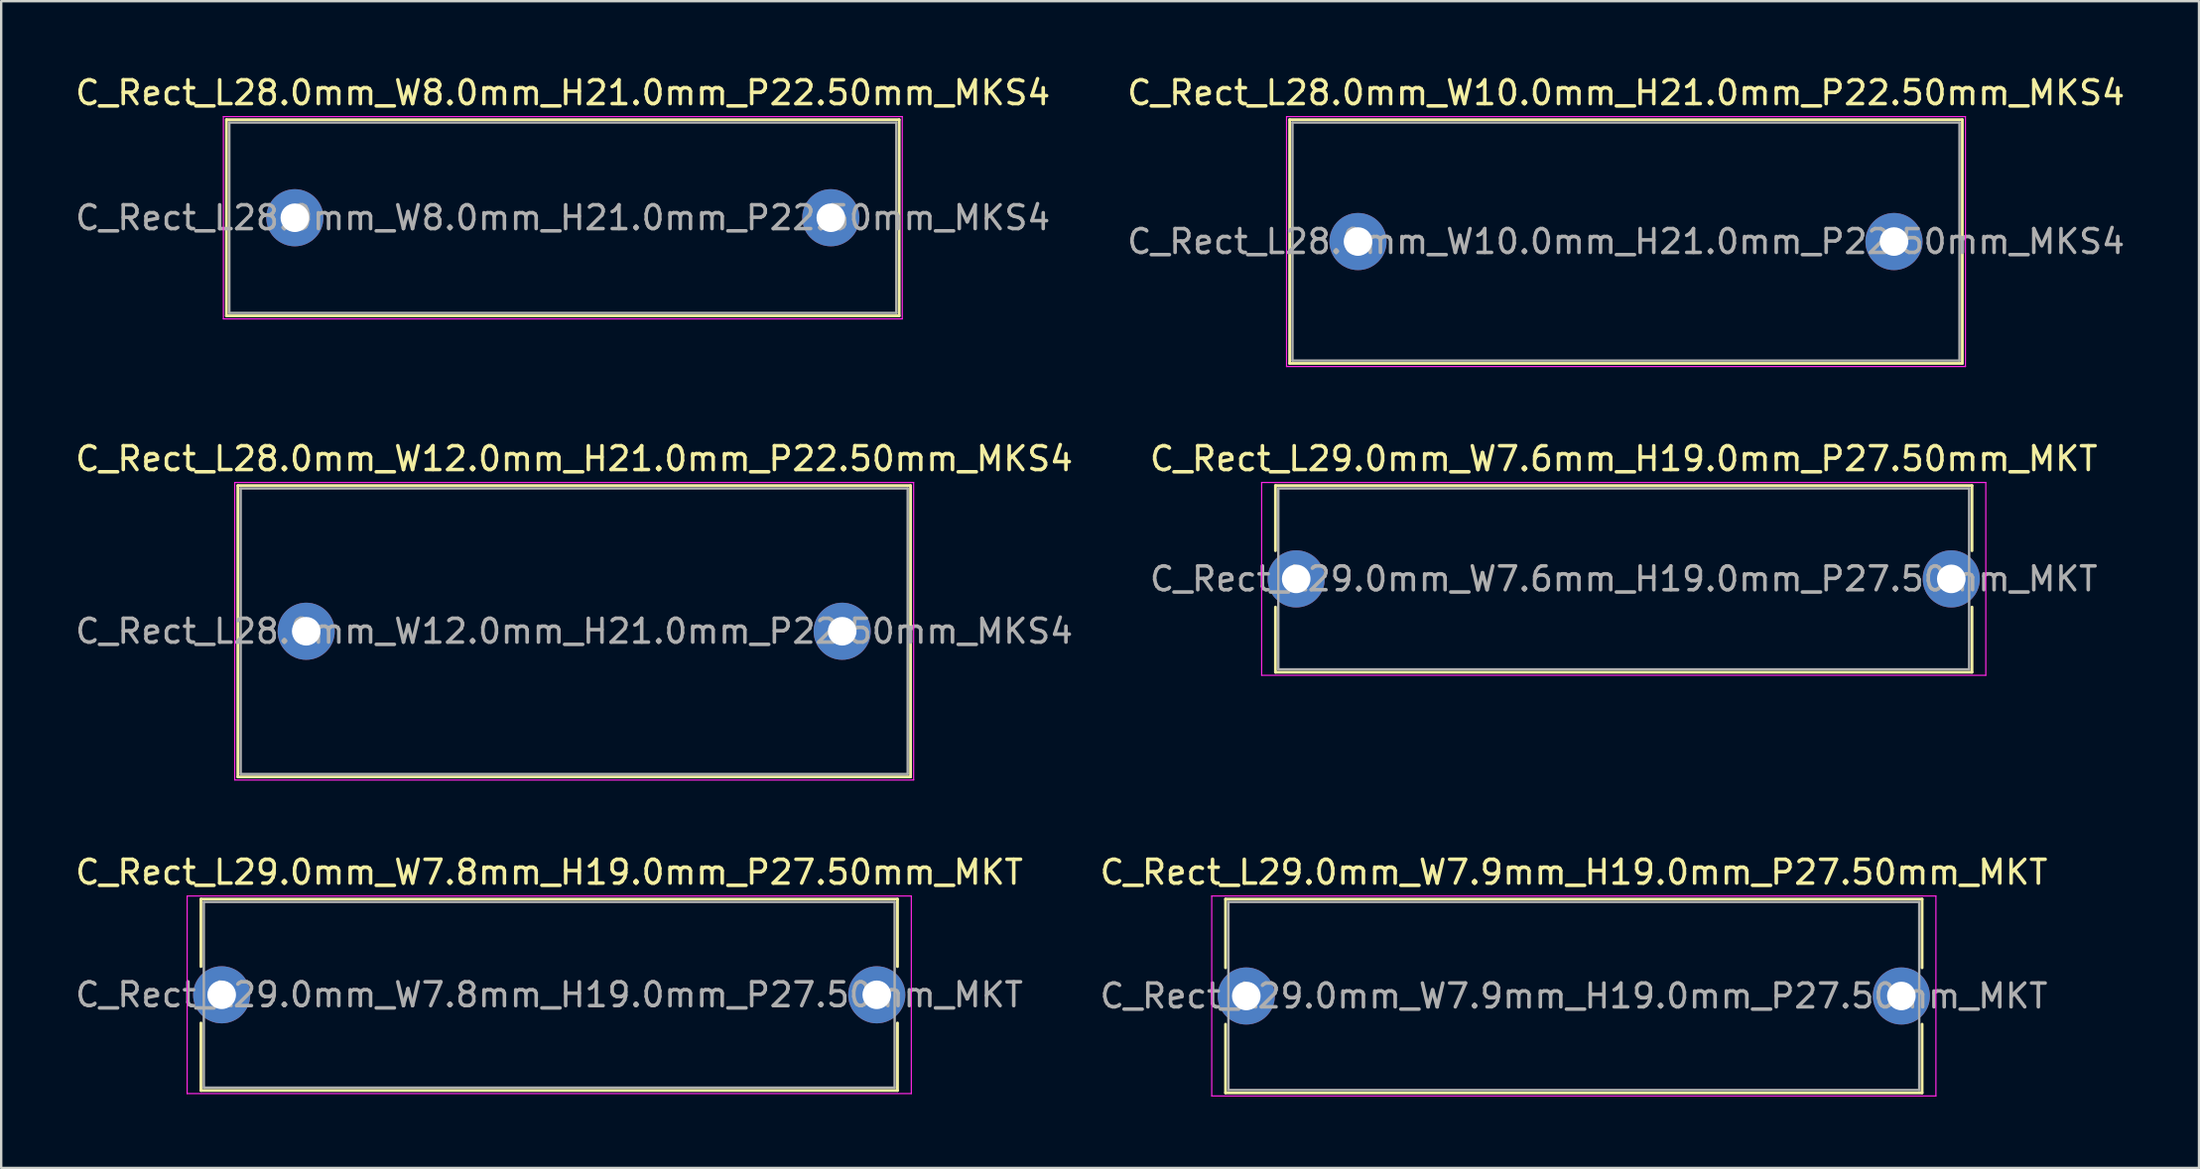
<source format=kicad_pcb>
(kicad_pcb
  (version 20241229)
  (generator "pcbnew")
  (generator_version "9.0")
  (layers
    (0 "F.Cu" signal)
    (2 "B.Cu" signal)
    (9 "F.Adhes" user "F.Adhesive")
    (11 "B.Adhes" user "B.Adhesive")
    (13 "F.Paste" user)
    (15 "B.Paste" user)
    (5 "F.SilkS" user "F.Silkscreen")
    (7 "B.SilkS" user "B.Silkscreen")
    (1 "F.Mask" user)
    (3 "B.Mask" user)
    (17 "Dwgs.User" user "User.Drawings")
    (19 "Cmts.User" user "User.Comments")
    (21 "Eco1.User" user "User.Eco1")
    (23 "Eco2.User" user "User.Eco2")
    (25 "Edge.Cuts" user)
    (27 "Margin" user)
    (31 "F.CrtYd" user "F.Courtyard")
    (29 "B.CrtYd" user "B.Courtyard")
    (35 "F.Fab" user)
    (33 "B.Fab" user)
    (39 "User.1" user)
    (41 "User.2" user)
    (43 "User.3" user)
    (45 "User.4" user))
  (footprint "C_Rect_L29.0mm_W7.9mm_H19.0mm_P27.50mm_MKT"
    (layer "F.Cu")
    (at 49.268 38.795)
    (property "Reference" "C_Rect_L29.0mm_W7.9mm_H19.0mm_P27.50mm_MKT" (at 13.75 -5.2 0) (layer "F.SilkS") (effects (font (size 1 1) (thickness 0.15))))
    (attr through_hole)
    (fp_line (start -0.87 -4.07) (end -0.87 -1.185) (stroke (width 0.12) (type solid)) (layer "F.SilkS"))
    (fp_line (start -0.87 -4.07) (end 28.37 -4.07) (stroke (width 0.12) (type solid)) (layer "F.SilkS"))
    (fp_line (start -0.87 1.185) (end -0.87 4.07) (stroke (width 0.12) (type solid)) (layer "F.SilkS"))
    (fp_line (start -0.87 4.07) (end 28.37 4.07) (stroke (width 0.12) (type solid)) (layer "F.SilkS"))
    (fp_line (start 28.37 -4.07) (end 28.37 -1.185) (stroke (width 0.12) (type solid)) (layer "F.SilkS"))
    (fp_line (start 28.37 1.185) (end 28.37 4.07) (stroke (width 0.12) (type solid)) (layer "F.SilkS"))
    (fp_line (start -1.45 -4.2) (end -1.45 4.2) (stroke (width 0.05) (type solid)) (layer "F.CrtYd"))
    (fp_line (start -1.45 4.2) (end 28.95 4.2) (stroke (width 0.05) (type solid)) (layer "F.CrtYd"))
    (fp_line (start 28.95 -4.2) (end -1.45 -4.2) (stroke (width 0.05) (type solid)) (layer "F.CrtYd"))
    (fp_line (start 28.95 4.2) (end 28.95 -4.2) (stroke (width 0.05) (type solid)) (layer "F.CrtYd"))
    (fp_line (start -0.75 -3.95) (end -0.75 3.95) (stroke (width 0.1) (type solid)) (layer "F.Fab"))
    (fp_line (start -0.75 3.95) (end 28.25 3.95) (stroke (width 0.1) (type solid)) (layer "F.Fab"))
    (fp_line (start 28.25 -3.95) (end -0.75 -3.95) (stroke (width 0.1) (type solid)) (layer "F.Fab"))
    (fp_line (start 28.25 3.95) (end 28.25 -3.95) (stroke (width 0.1) (type solid)) (layer "F.Fab"))
    (fp_text user "${REFERENCE}" (at 13.75 0 0) (layer "F.Fab") (effects (font (size 1 1) (thickness 0.15))))
    (pad "1" thru_hole circle (at 0 0) (size 2.4 2.4) (drill 1.2) (layers "*.Cu" "*.Mask"))
    (pad "2" thru_hole circle (at 27.5 0) (size 2.4 2.4) (drill 1.2) (layers "*.Cu" "*.Mask")))
  (footprint "C_Rect_L29.0mm_W7.8mm_H19.0mm_P27.50mm_MKT"
    (layer "F.Cu")
    (at 6.256 38.745)
    (property "Reference" "C_Rect_L29.0mm_W7.8mm_H19.0mm_P27.50mm_MKT" (at 13.75 -5.15 0) (layer "F.SilkS") (effects (font (size 1 1) (thickness 0.15))))
    (attr through_hole)
    (fp_line (start -0.87 -4.02) (end -0.87 -1.185) (stroke (width 0.12) (type solid)) (layer "F.SilkS"))
    (fp_line (start -0.87 -4.02) (end 28.37 -4.02) (stroke (width 0.12) (type solid)) (layer "F.SilkS"))
    (fp_line (start -0.87 1.185) (end -0.87 4.02) (stroke (width 0.12) (type solid)) (layer "F.SilkS"))
    (fp_line (start -0.87 4.02) (end 28.37 4.02) (stroke (width 0.12) (type solid)) (layer "F.SilkS"))
    (fp_line (start 28.37 -4.02) (end 28.37 -1.185) (stroke (width 0.12) (type solid)) (layer "F.SilkS"))
    (fp_line (start 28.37 1.185) (end 28.37 4.02) (stroke (width 0.12) (type solid)) (layer "F.SilkS"))
    (fp_line (start -1.45 -4.15) (end -1.45 4.15) (stroke (width 0.05) (type solid)) (layer "F.CrtYd"))
    (fp_line (start -1.45 4.15) (end 28.95 4.15) (stroke (width 0.05) (type solid)) (layer "F.CrtYd"))
    (fp_line (start 28.95 -4.15) (end -1.45 -4.15) (stroke (width 0.05) (type solid)) (layer "F.CrtYd"))
    (fp_line (start 28.95 4.15) (end 28.95 -4.15) (stroke (width 0.05) (type solid)) (layer "F.CrtYd"))
    (fp_line (start -0.75 -3.9) (end -0.75 3.9) (stroke (width 0.1) (type solid)) (layer "F.Fab"))
    (fp_line (start -0.75 3.9) (end 28.25 3.9) (stroke (width 0.1) (type solid)) (layer "F.Fab"))
    (fp_line (start 28.25 -3.9) (end -0.75 -3.9) (stroke (width 0.1) (type solid)) (layer "F.Fab"))
    (fp_line (start 28.25 3.9) (end 28.25 -3.9) (stroke (width 0.1) (type solid)) (layer "F.Fab"))
    (fp_text user "${REFERENCE}" (at 13.75 0 0) (layer "F.Fab") (effects (font (size 1 1) (thickness 0.15))))
    (pad "1" thru_hole circle (at 0 0) (size 2.4 2.4) (drill 1.2) (layers "*.Cu" "*.Mask"))
    (pad "2" thru_hole circle (at 27.5 0) (size 2.4 2.4) (drill 1.2) (layers "*.Cu" "*.Mask")))
  (footprint "C_Rect_L29.0mm_W7.6mm_H19.0mm_P27.50mm_MKT"
    (layer "F.Cu")
    (at 51.363 21.271)
    (property "Reference" "C_Rect_L29.0mm_W7.6mm_H19.0mm_P27.50mm_MKT" (at 13.75 -5.05 0) (layer "F.SilkS") (effects (font (size 1 1) (thickness 0.15))))
    (attr through_hole)
    (fp_line (start -0.87 -3.92) (end -0.87 -1.185) (stroke (width 0.12) (type solid)) (layer "F.SilkS"))
    (fp_line (start -0.87 -3.92) (end 28.37 -3.92) (stroke (width 0.12) (type solid)) (layer "F.SilkS"))
    (fp_line (start -0.87 1.185) (end -0.87 3.92) (stroke (width 0.12) (type solid)) (layer "F.SilkS"))
    (fp_line (start -0.87 3.92) (end 28.37 3.92) (stroke (width 0.12) (type solid)) (layer "F.SilkS"))
    (fp_line (start 28.37 -3.92) (end 28.37 -1.185) (stroke (width 0.12) (type solid)) (layer "F.SilkS"))
    (fp_line (start 28.37 1.185) (end 28.37 3.92) (stroke (width 0.12) (type solid)) (layer "F.SilkS"))
    (fp_line (start -1.45 -4.05) (end -1.45 4.05) (stroke (width 0.05) (type solid)) (layer "F.CrtYd"))
    (fp_line (start -1.45 4.05) (end 28.95 4.05) (stroke (width 0.05) (type solid)) (layer "F.CrtYd"))
    (fp_line (start 28.95 -4.05) (end -1.45 -4.05) (stroke (width 0.05) (type solid)) (layer "F.CrtYd"))
    (fp_line (start 28.95 4.05) (end 28.95 -4.05) (stroke (width 0.05) (type solid)) (layer "F.CrtYd"))
    (fp_line (start -0.75 -3.8) (end -0.75 3.8) (stroke (width 0.1) (type solid)) (layer "F.Fab"))
    (fp_line (start -0.75 3.8) (end 28.25 3.8) (stroke (width 0.1) (type solid)) (layer "F.Fab"))
    (fp_line (start 28.25 -3.8) (end -0.75 -3.8) (stroke (width 0.1) (type solid)) (layer "F.Fab"))
    (fp_line (start 28.25 3.8) (end 28.25 -3.8) (stroke (width 0.1) (type solid)) (layer "F.Fab"))
    (fp_text user "${REFERENCE}" (at 13.75 0 0) (layer "F.Fab") (effects (font (size 1 1) (thickness 0.15))))
    (pad "1" thru_hole circle (at 0 0) (size 2.4 2.4) (drill 1.2) (layers "*.Cu" "*.Mask"))
    (pad "2" thru_hole circle (at 27.5 0) (size 2.4 2.4) (drill 1.2) (layers "*.Cu" "*.Mask")))
  (footprint "C_Rect_L28.0mm_W10.0mm_H21.0mm_P22.50mm_MKS4"
    (layer "F.Cu")
    (at 53.958 7.098)
    (property "Reference" "C_Rect_L28.0mm_W10.0mm_H21.0mm_P22.50mm_MKS4" (at 11.25 -6.25 0) (layer "F.SilkS") (effects (font (size 1 1) (thickness 0.15))))
    (attr through_hole)
    (fp_line (start -2.87 -5.12) (end -2.87 5.12) (stroke (width 0.12) (type solid)) (layer "F.SilkS"))
    (fp_line (start -2.87 -5.12) (end 25.37 -5.12) (stroke (width 0.12) (type solid)) (layer "F.SilkS"))
    (fp_line (start -2.87 5.12) (end 25.37 5.12) (stroke (width 0.12) (type solid)) (layer "F.SilkS"))
    (fp_line (start 25.37 -5.12) (end 25.37 5.12) (stroke (width 0.12) (type solid)) (layer "F.SilkS"))
    (fp_line (start -3 -5.25) (end -3 5.25) (stroke (width 0.05) (type solid)) (layer "F.CrtYd"))
    (fp_line (start -3 5.25) (end 25.5 5.25) (stroke (width 0.05) (type solid)) (layer "F.CrtYd"))
    (fp_line (start 25.5 -5.25) (end -3 -5.25) (stroke (width 0.05) (type solid)) (layer "F.CrtYd"))
    (fp_line (start 25.5 5.25) (end 25.5 -5.25) (stroke (width 0.05) (type solid)) (layer "F.CrtYd"))
    (fp_line (start -2.75 -5) (end -2.75 5) (stroke (width 0.1) (type solid)) (layer "F.Fab"))
    (fp_line (start -2.75 5) (end 25.25 5) (stroke (width 0.1) (type solid)) (layer "F.Fab"))
    (fp_line (start 25.25 -5) (end -2.75 -5) (stroke (width 0.1) (type solid)) (layer "F.Fab"))
    (fp_line (start 25.25 5) (end 25.25 -5) (stroke (width 0.1) (type solid)) (layer "F.Fab"))
    (fp_text user "${REFERENCE}" (at 11.25 0 0) (layer "F.Fab") (effects (font (size 1 1) (thickness 0.15))))
    (pad "1" thru_hole circle (at 0 0) (size 2.4 2.4) (drill 1.2) (layers "*.Cu" "*.Mask"))
    (pad "2" thru_hole circle (at 22.5 0) (size 2.4 2.4) (drill 1.2) (layers "*.Cu" "*.Mask")))
  (footprint "C_Rect_L28.0mm_W8.0mm_H21.0mm_P22.50mm_MKS4"
    (layer "F.Cu")
    (at 9.327 6.098)
    (property "Reference" "C_Rect_L28.0mm_W8.0mm_H21.0mm_P22.50mm_MKS4" (at 11.25 -5.25 0) (layer "F.SilkS") (effects (font (size 1 1) (thickness 0.15))))
    (attr through_hole)
    (fp_line (start -2.87 -4.12) (end -2.87 4.12) (stroke (width 0.12) (type solid)) (layer "F.SilkS"))
    (fp_line (start -2.87 -4.12) (end 25.37 -4.12) (stroke (width 0.12) (type solid)) (layer "F.SilkS"))
    (fp_line (start -2.87 4.12) (end 25.37 4.12) (stroke (width 0.12) (type solid)) (layer "F.SilkS"))
    (fp_line (start 25.37 -4.12) (end 25.37 4.12) (stroke (width 0.12) (type solid)) (layer "F.SilkS"))
    (fp_line (start -3 -4.25) (end -3 4.25) (stroke (width 0.05) (type solid)) (layer "F.CrtYd"))
    (fp_line (start -3 4.25) (end 25.5 4.25) (stroke (width 0.05) (type solid)) (layer "F.CrtYd"))
    (fp_line (start 25.5 -4.25) (end -3 -4.25) (stroke (width 0.05) (type solid)) (layer "F.CrtYd"))
    (fp_line (start 25.5 4.25) (end 25.5 -4.25) (stroke (width 0.05) (type solid)) (layer "F.CrtYd"))
    (fp_line (start -2.75 -4) (end -2.75 4) (stroke (width 0.1) (type solid)) (layer "F.Fab"))
    (fp_line (start -2.75 4) (end 25.25 4) (stroke (width 0.1) (type solid)) (layer "F.Fab"))
    (fp_line (start 25.25 -4) (end -2.75 -4) (stroke (width 0.1) (type solid)) (layer "F.Fab"))
    (fp_line (start 25.25 4) (end 25.25 -4) (stroke (width 0.1) (type solid)) (layer "F.Fab"))
    (fp_text user "${REFERENCE}" (at 11.25 0 0) (layer "F.Fab") (effects (font (size 1 1) (thickness 0.15))))
    (pad "1" thru_hole circle (at 0 0) (size 2.4 2.4) (drill 1.2) (layers "*.Cu" "*.Mask"))
    (pad "2" thru_hole circle (at 22.5 0) (size 2.4 2.4) (drill 1.2) (layers "*.Cu" "*.Mask")))
  (footprint "C_Rect_L28.0mm_W12.0mm_H21.0mm_P22.50mm_MKS4"
    (layer "F.Cu")
    (at 9.804 23.471)
    (property "Reference" "C_Rect_L28.0mm_W12.0mm_H21.0mm_P22.50mm_MKS4" (at 11.25 -7.25 0) (layer "F.SilkS") (effects (font (size 1 1) (thickness 0.15))))
    (attr through_hole)
    (fp_line (start -2.87 -6.12) (end -2.87 6.12) (stroke (width 0.12) (type solid)) (layer "F.SilkS"))
    (fp_line (start -2.87 -6.12) (end 25.37 -6.12) (stroke (width 0.12) (type solid)) (layer "F.SilkS"))
    (fp_line (start -2.87 6.12) (end 25.37 6.12) (stroke (width 0.12) (type solid)) (layer "F.SilkS"))
    (fp_line (start 25.37 -6.12) (end 25.37 6.12) (stroke (width 0.12) (type solid)) (layer "F.SilkS"))
    (fp_line (start -3 -6.25) (end -3 6.25) (stroke (width 0.05) (type solid)) (layer "F.CrtYd"))
    (fp_line (start -3 6.25) (end 25.5 6.25) (stroke (width 0.05) (type solid)) (layer "F.CrtYd"))
    (fp_line (start 25.5 -6.25) (end -3 -6.25) (stroke (width 0.05) (type solid)) (layer "F.CrtYd"))
    (fp_line (start 25.5 6.25) (end 25.5 -6.25) (stroke (width 0.05) (type solid)) (layer "F.CrtYd"))
    (fp_line (start -2.75 -6) (end -2.75 6) (stroke (width 0.1) (type solid)) (layer "F.Fab"))
    (fp_line (start -2.75 6) (end 25.25 6) (stroke (width 0.1) (type solid)) (layer "F.Fab"))
    (fp_line (start 25.25 -6) (end -2.75 -6) (stroke (width 0.1) (type solid)) (layer "F.Fab"))
    (fp_line (start 25.25 6) (end 25.25 -6) (stroke (width 0.1) (type solid)) (layer "F.Fab"))
    (fp_text user "${REFERENCE}" (at 11.25 0 0) (layer "F.Fab") (effects (font (size 1 1) (thickness 0.15))))
    (pad "1" thru_hole circle (at 0 0) (size 2.4 2.4) (drill 1.2) (layers "*.Cu" "*.Mask"))
    (pad "2" thru_hole circle (at 22.5 0) (size 2.4 2.4) (drill 1.2) (layers "*.Cu" "*.Mask")))
  (gr_rect
    (start -3 -3)
    (end 89.262 46.02)
    (stroke (width 0.1) (type default))
    (fill no)
    (layer "Edge.Cuts")))
</source>
